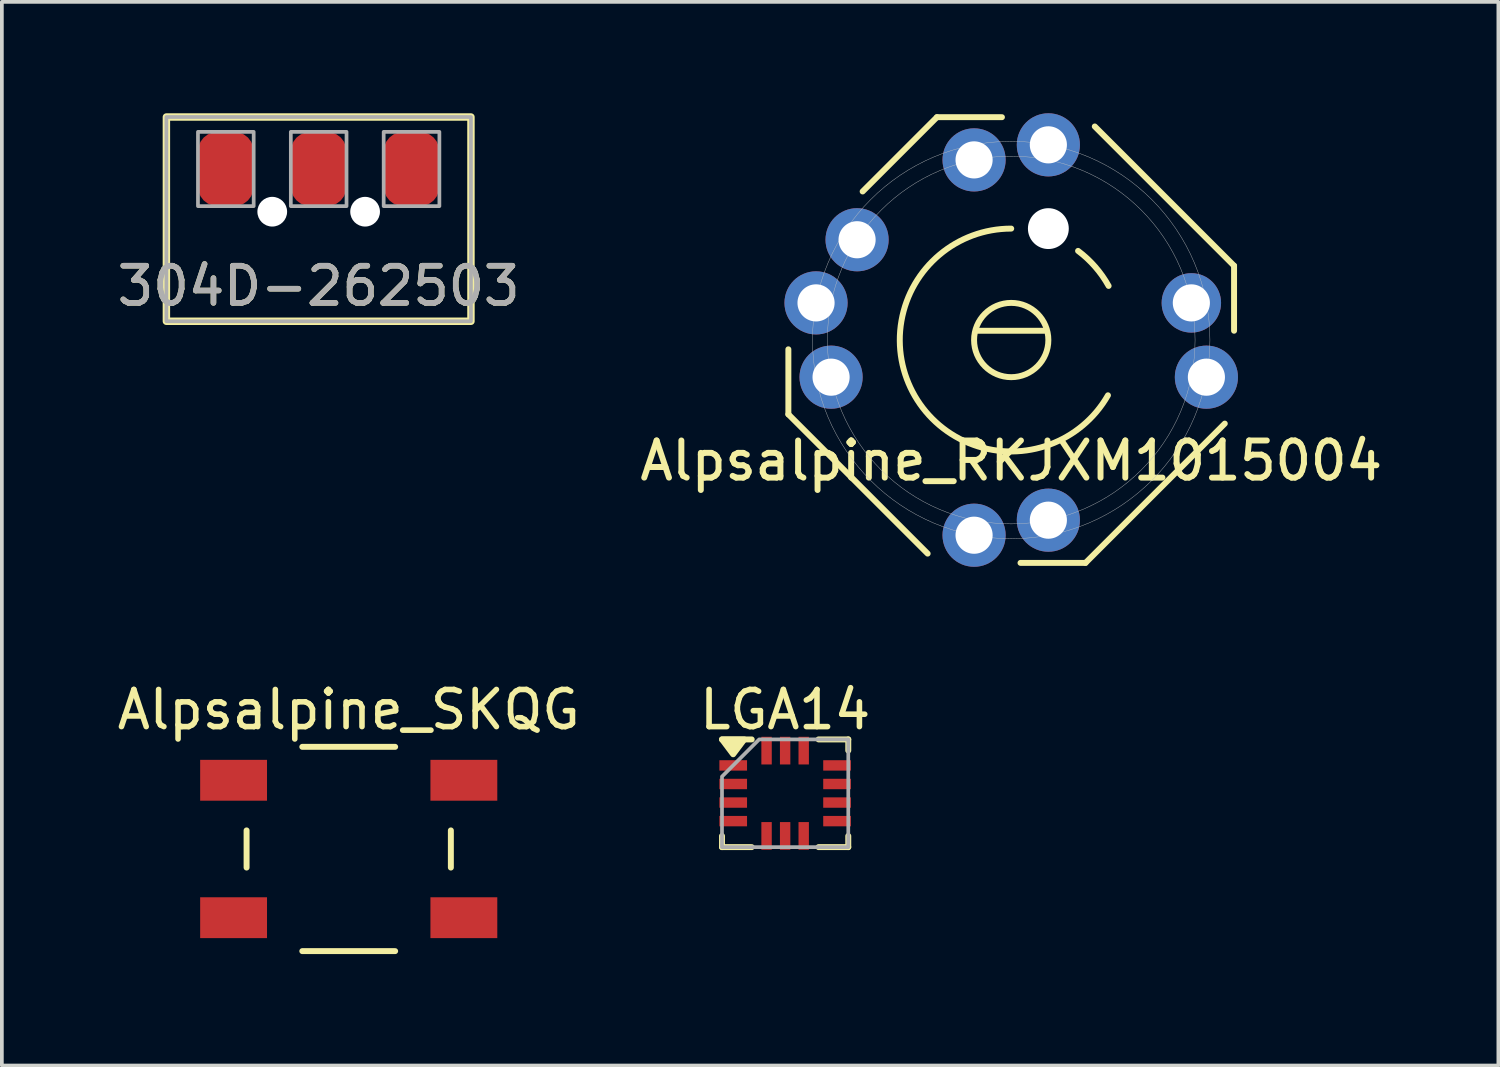
<source format=kicad_pcb>
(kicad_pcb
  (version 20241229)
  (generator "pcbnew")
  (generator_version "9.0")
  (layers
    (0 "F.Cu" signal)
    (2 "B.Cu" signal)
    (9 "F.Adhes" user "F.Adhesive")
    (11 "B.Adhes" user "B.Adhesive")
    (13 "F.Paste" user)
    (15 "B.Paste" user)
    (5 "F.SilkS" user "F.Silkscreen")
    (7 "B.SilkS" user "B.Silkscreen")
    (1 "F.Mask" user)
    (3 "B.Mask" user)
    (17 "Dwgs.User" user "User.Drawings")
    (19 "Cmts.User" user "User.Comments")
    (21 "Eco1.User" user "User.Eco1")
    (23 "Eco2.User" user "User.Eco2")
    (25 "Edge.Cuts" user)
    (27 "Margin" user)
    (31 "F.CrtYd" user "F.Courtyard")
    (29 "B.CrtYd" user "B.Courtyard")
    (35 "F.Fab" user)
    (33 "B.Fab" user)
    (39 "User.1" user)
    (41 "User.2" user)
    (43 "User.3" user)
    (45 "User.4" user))
  (footprint "Alpsalpine_RKJXM1015004"
    (layer "F.Cu")
    (at 24.176 6.105)
    (property "Reference" "Alpsalpine_RKJXM1015004" (at 0 3.25 0) (layer "F.SilkS") (effects (font (size 1 1) (thickness 0.16))))
    (attr through_hole)
    (fp_line (start -6 2) (end -6 0.25) (stroke (width 0.16) (type default)) (layer "F.SilkS"))
    (fp_line (start -4 -4) (end -2 -6) (stroke (width 0.16) (type default)) (layer "F.SilkS"))
    (fp_line (start -2.25 5.75) (end -6 2) (stroke (width 0.16) (type default)) (layer "F.SilkS"))
    (fp_line (start -2 -6) (end -0.25 -6) (stroke (width 0.16) (type default)) (layer "F.SilkS"))
    (fp_line (start -0.9 -0.25) (end 0.9 -0.25) (stroke (width 0.16) (type default)) (layer "F.SilkS"))
    (fp_line (start 2 6) (end 0.25 6) (stroke (width 0.16) (type default)) (layer "F.SilkS"))
    (fp_line (start 2.25 -5.75) (end 6 -2) (stroke (width 0.16) (type default)) (layer "F.SilkS"))
    (fp_line (start 5.75 2.25) (end 2 6) (stroke (width 0.16) (type default)) (layer "F.SilkS"))
    (fp_line (start 6 -2) (end 6 -0.25) (stroke (width 0.16) (type default)) (layer "F.SilkS"))
    (fp_arc (start 1.8 -2.4) (mid 2.260953 -1.971824) (end 2.622472 -1.456929) (stroke (width 0.16) (type default)) (layer "F.SilkS"))
    (fp_arc (start 2.604729 1.488417) (mid -2.59473 1.50578) (end 0 -3) (stroke (width 0.16) (type default)) (layer "F.SilkS"))
    (fp_circle (center 0 0) (end 1 0) (stroke (width 0.16) (type default)) (fill no) (layer "F.SilkS"))
    (fp_circle (center 0 0) (end 4.95 0) (stroke (width 0.01) (type solid)) (fill no) (layer "Dwgs.User"))
    (fp_circle (center 0 0) (end 5.35 0) (stroke (width 0.01) (type solid)) (fill no) (layer "Dwgs.User"))
    (pad "" np_thru_hole circle (at 1 -3) (size 1.1 1.1) (drill 1.1) (layers "*.Cu" "*.Mask"))
    (pad "1" thru_hole circle (at 1 4.85) (size 1.7 1.7) (drill 1) (layers "*.Cu" "*.Mask"))
    (pad "2" thru_hole circle (at 4.85 -1) (size 1.6 1.6) (drill 1) (layers "*.Cu" "*.Mask"))
    (pad "3" thru_hole circle (at -1 -4.85) (size 1.7 1.7) (drill 1) (layers "*.Cu" "*.Mask"))
    (pad "4" thru_hole circle (at -4.85 1) (size 1.7 1.7) (drill 1) (layers "*.Cu" "*.Mask"))
    (pad "5" thru_hole circle (at -5.255 -1) (size 1.7 1.7) (drill 1) (layers "*.Cu" "*.Mask"))
    (pad "5" thru_hole circle (at -1 5.255) (size 1.7 1.7) (drill 1) (layers "*.Cu" "*.Mask"))
    (pad "5" thru_hole circle (at 5.255 1) (size 1.7 1.7) (drill 1) (layers "*.Cu" "*.Mask"))
    (pad "6" thru_hole circle (at 1 -5.255) (size 1.7 1.7) (drill 1) (layers "*.Cu" "*.Mask"))
    (pad "7" thru_hole circle (at -4.15 -2.7) (size 1.7 1.7) (drill 1) (layers "*.Cu" "*.Mask")))
  (footprint "Alpsalpine_SKQG"
    (layer "F.Cu")
    (at 6.339 19.808)
    (property "Reference" "Alpsalpine_SKQG" (at 0 -3.75 0) (unlocked yes) (layer "F.SilkS") (effects (font (size 1 1) (thickness 0.15))))
    (attr smd)
    (fp_line (start -2.75 -0.5) (end -2.75 0.5) (stroke (width 0.16) (type solid)) (layer "F.SilkS"))
    (fp_line (start -1.25 -2.75) (end 1.25 -2.75) (stroke (width 0.16) (type solid)) (layer "F.SilkS"))
    (fp_line (start -1.25 2.75) (end 1.25 2.75) (stroke (width 0.16) (type solid)) (layer "F.SilkS"))
    (fp_line (start 2.75 -0.5) (end 2.75 0.5) (stroke (width 0.16) (type solid)) (layer "F.SilkS"))
    (pad "1" smd rect (at -3.1 1.85) (size 1.8 1.1) (layers "F.Cu" "F.Mask" "F.Paste"))
    (pad "1" smd rect (at 3.1 1.85) (size 1.8 1.1) (layers "F.Cu" "F.Mask" "F.Paste"))
    (pad "2" smd rect (at -3.1 -1.85) (size 1.8 1.1) (layers "F.Cu" "F.Mask" "F.Paste"))
    (pad "2" smd rect (at 3.1 -1.85) (size 1.8 1.1) (layers "F.Cu" "F.Mask" "F.Paste"))
    (zone (net_name "") (layer "F.Cu") (hatch edge 0.508) (connect_pads) (min_thickness 0.254) (filled_areas_thickness no) (keepout (tracks not_allowed) (vias not_allowed) (pads allowed) (copperpour not_allowed) (footprints allowed)) (placement (enabled no)) (fill) (polygon (pts (xy 5.339 21.108) (xy 2.339 21.108) (xy 2.339 18.508) (xy 5.339 18.508))))
    (zone (net_name "") (layer "F.Cu") (hatch edge 0.508) (connect_pads) (min_thickness 0.254) (filled_areas_thickness no) (keepout (tracks not_allowed) (vias not_allowed) (pads allowed) (copperpour not_allowed) (footprints allowed)) (placement (enabled no)) (fill) (polygon (pts (xy 10.339 21.108) (xy 7.339 21.108) (xy 7.339 18.508) (xy 10.339 18.508)))))
  (footprint "304D-262503"
    (layer "F.Cu")
    (at 5.53 2.65)
    (property "Reference" "304D-262503" (at 0 2 0) (unlocked yes) (layer "F.SilkS") (effects (font (size 1 1) (thickness 0.15))))
    (attr smd)
    (fp_rect (start -4.1 -2.55) (end 4.1 2.95) (stroke (width 0.2) (type default)) (fill no) (layer "F.SilkS"))
    (fp_rect (start -4.1 -2.55) (end 4.1 2.95) (stroke (width 0.1) (type default)) (fill no) (layer "F.Fab"))
    (fp_rect (start -3.25 -2.15) (end -1.75 -0.15) (stroke (width 0.1) (type default)) (fill no) (layer "F.Fab"))
    (fp_rect (start -0.75 -2.15) (end 0.75 -0.15) (stroke (width 0.1) (type default)) (fill no) (layer "F.Fab"))
    (fp_rect (start 1.75 -2.15) (end 3.25 -0.15) (stroke (width 0.1) (type default)) (fill no) (layer "F.Fab"))
    (fp_text user "${REFERENCE}" (at 0 2 0) (unlocked yes) (layer "F.Fab") (effects (font (size 1 1) (thickness 0.15))))
    (pad "" np_thru_hole circle (at -1.25 0) (size 0.8 0.8) (drill 0.8) (layers "*.Cu" "*.Mask"))
    (pad "" np_thru_hole circle (at 1.25 0) (size 0.8 0.8) (drill 0.8) (layers "*.Cu" "*.Mask"))
    (pad "1" smd roundrect (at -2.5 -1.15) (size 1.5 2) (layers "F.Cu" "F.Mask" "F.Paste") (roundrect_rratio 0.35))
    (pad "1" smd roundrect (at 0 -1.15) (size 1.5 2) (layers "F.Cu" "F.Mask" "F.Paste") (roundrect_rratio 0.35))
    (pad "1" smd roundrect (at 2.5 -1.15) (size 1.5 2) (layers "F.Cu" "F.Mask" "F.Paste") (roundrect_rratio 0.35)))
  (footprint "LGA14"
    (layer "F.Cu")
    (at 18.089 18.308)
    (property "Reference" "LGA14" (at 0 -2.25 0) (layer "F.SilkS") (effects (font (size 1 1) (thickness 0.15))))
    (attr smd)
    (fp_line (start -1.7 -1.45) (end -0.9 -1.45) (stroke (width 0.16) (type solid)) (layer "F.SilkS"))
    (fp_line (start -1.7 1.15) (end -1.7 1.45) (stroke (width 0.16) (type solid)) (layer "F.SilkS"))
    (fp_line (start -1.7 1.45) (end -0.9 1.45) (stroke (width 0.16) (type solid)) (layer "F.SilkS"))
    (fp_line (start 1.7 -1.45) (end 0.9 -1.45) (stroke (width 0.16) (type solid)) (layer "F.SilkS"))
    (fp_line (start 1.7 -1.15) (end 1.7 -1.45) (stroke (width 0.16) (type solid)) (layer "F.SilkS"))
    (fp_line (start 1.7 1.45) (end 0.9 1.45) (stroke (width 0.16) (type solid)) (layer "F.SilkS"))
    (fp_line (start 1.7 1.45) (end 1.7 1.15) (stroke (width 0.16) (type solid)) (layer "F.SilkS"))
    (fp_poly (pts (xy -1.4 -1.05) (xy -1.7 -1.45) (xy -1.1 -1.45)) (stroke (width 0.16) (type solid)) (fill yes) (layer "F.SilkS"))
    (fp_poly (pts (xy -1.7 1.45) (xy 1.7 1.45) (xy 1.7 -1.45) (xy -0.7 -1.45) (xy -1.7 -0.45)) (stroke (width 0.1) (type solid)) (fill no) (layer "F.Fab"))
    (pad "1" smd rect (at -1.398 -0.75) (size 0.745 0.28) (layers "F.Cu" "F.Mask" "F.Paste"))
    (pad "2" smd rect (at -1.398 -0.25) (size 0.745 0.28) (layers "F.Cu" "F.Mask" "F.Paste"))
    (pad "3" smd rect (at -1.398 0.25) (size 0.745 0.28) (layers "F.Cu" "F.Mask" "F.Paste"))
    (pad "4" smd rect (at -1.398 0.75) (size 0.745 0.28) (layers "F.Cu" "F.Mask" "F.Paste"))
    (pad "5" smd rect (at -0.5 1.148 90) (size 0.745 0.28) (layers "F.Cu" "F.Mask" "F.Paste"))
    (pad "6" smd rect (at 0 1.148 90) (size 0.745 0.28) (layers "F.Cu" "F.Mask" "F.Paste"))
    (pad "7" smd rect (at 0.5 1.148 90) (size 0.745 0.28) (layers "F.Cu" "F.Mask" "F.Paste"))
    (pad "8" smd rect (at 1.398 0.75) (size 0.745 0.28) (layers "F.Cu" "F.Mask" "F.Paste"))
    (pad "9" smd rect (at 1.398 0.25) (size 0.745 0.28) (layers "F.Cu" "F.Mask" "F.Paste"))
    (pad "10" smd rect (at 1.398 -0.25) (size 0.745 0.28) (layers "F.Cu" "F.Mask" "F.Paste"))
    (pad "11" smd rect (at 1.398 -0.75) (size 0.745 0.28) (layers "F.Cu" "F.Mask" "F.Paste"))
    (pad "12" smd rect (at 0.5 -1.148 90) (size 0.745 0.28) (layers "F.Cu" "F.Mask" "F.Paste"))
    (pad "13" smd rect (at 0 -1.148 90) (size 0.745 0.28) (layers "F.Cu" "F.Mask" "F.Paste"))
    (pad "14" smd rect (at -0.5 -1.148 90) (size 0.745 0.28) (layers "F.Cu" "F.Mask" "F.Paste"))
    (zone (net_name "") (layer "F.Cu") (hatch edge 0.5) (connect_pads) (min_thickness 0.25) (filled_areas_thickness no) (keepout (tracks allowed) (vias allowed) (pads allowed) (copperpour not_allowed) (footprints allowed)) (placement (enabled no)) (fill) (polygon (pts (xy 19.489 19.458) (xy 16.689 19.458) (xy 16.689 17.158) (xy 19.489 17.158)))))
  (gr_rect
    (start -3 -3)
    (end 37.292 25.638)
    (stroke (width 0.1) (type default))
    (fill no)
    (layer "Edge.Cuts")))
</source>
